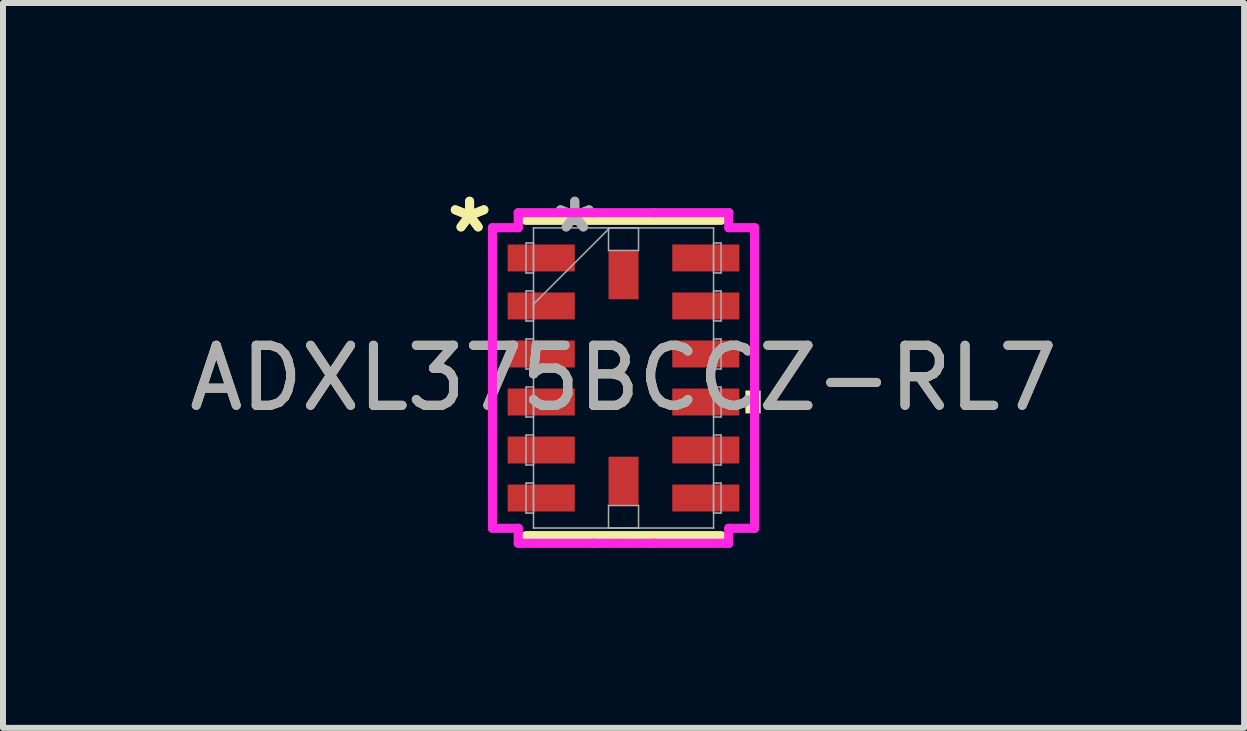
<source format=kicad_pcb>
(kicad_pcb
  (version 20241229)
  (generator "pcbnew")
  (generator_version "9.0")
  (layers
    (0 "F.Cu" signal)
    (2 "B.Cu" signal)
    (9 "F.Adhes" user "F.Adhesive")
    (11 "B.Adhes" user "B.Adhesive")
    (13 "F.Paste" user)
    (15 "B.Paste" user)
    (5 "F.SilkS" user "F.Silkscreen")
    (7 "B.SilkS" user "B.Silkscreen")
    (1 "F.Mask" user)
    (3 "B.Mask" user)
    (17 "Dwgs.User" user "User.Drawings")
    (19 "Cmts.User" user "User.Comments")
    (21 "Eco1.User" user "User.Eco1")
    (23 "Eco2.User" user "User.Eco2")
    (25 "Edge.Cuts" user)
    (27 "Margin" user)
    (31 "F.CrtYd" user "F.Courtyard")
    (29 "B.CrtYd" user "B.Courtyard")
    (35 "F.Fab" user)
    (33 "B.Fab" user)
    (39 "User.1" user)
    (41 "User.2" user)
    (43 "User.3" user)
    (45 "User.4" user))
  (footprint "ADXL375BCCZ-RL7"
    (layer "F.Cu")
    (at 7.339 3.248)
    (property "Reference" "ADXL375BCCZ-RL7" (at 0 0 0) (unlocked yes) (layer "F.SilkS") (effects (font (size 1 1) (thickness 0.15))))
    (attr smd)
    (fp_line (start -1.627 2.627) (end 1.627 2.627) (stroke (width 0.152) (type solid)) (layer "F.SilkS"))
    (fp_line (start 1.627 -2.627) (end -1.627 -2.627) (stroke (width 0.152) (type solid)) (layer "F.SilkS"))
    (fp_poly (pts (xy 2.285 0.209) (xy 2.285 0.59) (xy 2.031 0.59) (xy 2.031 0.209)) (stroke (width 0) (type solid)) (fill yes) (layer "F.SilkS"))
    (fp_line (start -2.184 -2.504) (end -1.754 -2.504) (stroke (width 0.152) (type solid)) (layer "F.CrtYd"))
    (fp_line (start -2.184 2.504) (end -2.184 -2.504) (stroke (width 0.152) (type solid)) (layer "F.CrtYd"))
    (fp_line (start -1.754 -2.754) (end -0.504 -2.754) (stroke (width 0.152) (type solid)) (layer "F.CrtYd"))
    (fp_line (start -1.754 -2.504) (end -1.754 -2.754) (stroke (width 0.152) (type solid)) (layer "F.CrtYd"))
    (fp_line (start -1.754 2.504) (end -2.184 2.504) (stroke (width 0.152) (type solid)) (layer "F.CrtYd"))
    (fp_line (start -1.754 2.754) (end -1.754 2.504) (stroke (width 0.152) (type solid)) (layer "F.CrtYd"))
    (fp_line (start -0.504 -2.754) (end -0.504 -2.754) (stroke (width 0.152) (type solid)) (layer "F.CrtYd"))
    (fp_line (start -0.504 -2.754) (end 0.504 -2.754) (stroke (width 0.152) (type solid)) (layer "F.CrtYd"))
    (fp_line (start -0.504 2.754) (end -1.754 2.754) (stroke (width 0.152) (type solid)) (layer "F.CrtYd"))
    (fp_line (start -0.504 2.754) (end -0.504 2.754) (stroke (width 0.152) (type solid)) (layer "F.CrtYd"))
    (fp_line (start 0.504 -2.754) (end 0.504 -2.754) (stroke (width 0.152) (type solid)) (layer "F.CrtYd"))
    (fp_line (start 0.504 -2.754) (end 1.754 -2.754) (stroke (width 0.152) (type solid)) (layer "F.CrtYd"))
    (fp_line (start 0.504 2.754) (end -0.504 2.754) (stroke (width 0.152) (type solid)) (layer "F.CrtYd"))
    (fp_line (start 0.504 2.754) (end 0.504 2.754) (stroke (width 0.152) (type solid)) (layer "F.CrtYd"))
    (fp_line (start 1.754 -2.754) (end 1.754 -2.504) (stroke (width 0.152) (type solid)) (layer "F.CrtYd"))
    (fp_line (start 1.754 -2.504) (end 2.184 -2.504) (stroke (width 0.152) (type solid)) (layer "F.CrtYd"))
    (fp_line (start 1.754 2.504) (end 1.754 2.754) (stroke (width 0.152) (type solid)) (layer "F.CrtYd"))
    (fp_line (start 1.754 2.754) (end 0.504 2.754) (stroke (width 0.152) (type solid)) (layer "F.CrtYd"))
    (fp_line (start 2.184 -2.504) (end 2.184 2.504) (stroke (width 0.152) (type solid)) (layer "F.CrtYd"))
    (fp_line (start 2.184 2.504) (end 1.754 2.504) (stroke (width 0.152) (type solid)) (layer "F.CrtYd"))
    (fp_line (start -1.625 -2.25) (end -1.625 -1.75) (stroke (width 0.025) (type solid)) (layer "F.Fab"))
    (fp_line (start -1.625 -1.75) (end -1.5 -1.75) (stroke (width 0.025) (type solid)) (layer "F.Fab"))
    (fp_line (start -1.625 -1.45) (end -1.625 -0.95) (stroke (width 0.025) (type solid)) (layer "F.Fab"))
    (fp_line (start -1.625 -0.95) (end -1.5 -0.95) (stroke (width 0.025) (type solid)) (layer "F.Fab"))
    (fp_line (start -1.625 -0.65) (end -1.625 -0.15) (stroke (width 0.025) (type solid)) (layer "F.Fab"))
    (fp_line (start -1.625 -0.15) (end -1.5 -0.15) (stroke (width 0.025) (type solid)) (layer "F.Fab"))
    (fp_line (start -1.625 0.15) (end -1.625 0.65) (stroke (width 0.025) (type solid)) (layer "F.Fab"))
    (fp_line (start -1.625 0.65) (end -1.5 0.65) (stroke (width 0.025) (type solid)) (layer "F.Fab"))
    (fp_line (start -1.625 0.95) (end -1.625 1.45) (stroke (width 0.025) (type solid)) (layer "F.Fab"))
    (fp_line (start -1.625 1.45) (end -1.5 1.45) (stroke (width 0.025) (type solid)) (layer "F.Fab"))
    (fp_line (start -1.625 1.75) (end -1.625 2.25) (stroke (width 0.025) (type solid)) (layer "F.Fab"))
    (fp_line (start -1.625 2.25) (end -1.5 2.25) (stroke (width 0.025) (type solid)) (layer "F.Fab"))
    (fp_line (start -1.5 -2.5) (end -1.5 -2.5) (stroke (width 0.025) (type solid)) (layer "F.Fab"))
    (fp_line (start -1.5 -2.5) (end -1.5 2.5) (stroke (width 0.025) (type solid)) (layer "F.Fab"))
    (fp_line (start -1.5 -2.25) (end -1.625 -2.25) (stroke (width 0.025) (type solid)) (layer "F.Fab"))
    (fp_line (start -1.5 -1.75) (end -1.5 -2.25) (stroke (width 0.025) (type solid)) (layer "F.Fab"))
    (fp_line (start -1.5 -1.45) (end -1.625 -1.45) (stroke (width 0.025) (type solid)) (layer "F.Fab"))
    (fp_line (start -1.5 -1.23) (end -0.23 -2.5) (stroke (width 0.025) (type solid)) (layer "F.Fab"))
    (fp_line (start -1.5 -0.95) (end -1.5 -1.45) (stroke (width 0.025) (type solid)) (layer "F.Fab"))
    (fp_line (start -1.5 -0.65) (end -1.625 -0.65) (stroke (width 0.025) (type solid)) (layer "F.Fab"))
    (fp_line (start -1.5 -0.15) (end -1.5 -0.65) (stroke (width 0.025) (type solid)) (layer "F.Fab"))
    (fp_line (start -1.5 0.15) (end -1.625 0.15) (stroke (width 0.025) (type solid)) (layer "F.Fab"))
    (fp_line (start -1.5 0.65) (end -1.5 0.15) (stroke (width 0.025) (type solid)) (layer "F.Fab"))
    (fp_line (start -1.5 0.95) (end -1.625 0.95) (stroke (width 0.025) (type solid)) (layer "F.Fab"))
    (fp_line (start -1.5 1.45) (end -1.5 0.95) (stroke (width 0.025) (type solid)) (layer "F.Fab"))
    (fp_line (start -1.5 1.75) (end -1.625 1.75) (stroke (width 0.025) (type solid)) (layer "F.Fab"))
    (fp_line (start -1.5 2.25) (end -1.5 1.75) (stroke (width 0.025) (type solid)) (layer "F.Fab"))
    (fp_line (start -1.5 2.5) (end -1.5 2.5) (stroke (width 0.025) (type solid)) (layer "F.Fab"))
    (fp_line (start -1.5 2.5) (end 1.5 2.5) (stroke (width 0.025) (type solid)) (layer "F.Fab"))
    (fp_line (start -0.25 -2.5) (end 0.25 -2.5) (stroke (width 0.025) (type solid)) (layer "F.Fab"))
    (fp_line (start -0.25 -2.125) (end -0.25 -2.5) (stroke (width 0.025) (type solid)) (layer "F.Fab"))
    (fp_line (start -0.25 2.125) (end 0.25 2.125) (stroke (width 0.025) (type solid)) (layer "F.Fab"))
    (fp_line (start -0.25 2.5) (end -0.25 2.125) (stroke (width 0.025) (type solid)) (layer "F.Fab"))
    (fp_line (start 0.25 -2.5) (end 0.25 -2.125) (stroke (width 0.025) (type solid)) (layer "F.Fab"))
    (fp_line (start 0.25 -2.125) (end -0.25 -2.125) (stroke (width 0.025) (type solid)) (layer "F.Fab"))
    (fp_line (start 0.25 2.125) (end 0.25 2.5) (stroke (width 0.025) (type solid)) (layer "F.Fab"))
    (fp_line (start 0.25 2.5) (end -0.25 2.5) (stroke (width 0.025) (type solid)) (layer "F.Fab"))
    (fp_line (start 1.5 -2.5) (end -1.5 -2.5) (stroke (width 0.025) (type solid)) (layer "F.Fab"))
    (fp_line (start 1.5 -2.5) (end 1.5 -2.5) (stroke (width 0.025) (type solid)) (layer "F.Fab"))
    (fp_line (start 1.5 -2.25) (end 1.5 -1.75) (stroke (width 0.025) (type solid)) (layer "F.Fab"))
    (fp_line (start 1.5 -1.75) (end 1.625 -1.75) (stroke (width 0.025) (type solid)) (layer "F.Fab"))
    (fp_line (start 1.5 -1.45) (end 1.5 -0.95) (stroke (width 0.025) (type solid)) (layer "F.Fab"))
    (fp_line (start 1.5 -0.95) (end 1.625 -0.95) (stroke (width 0.025) (type solid)) (layer "F.Fab"))
    (fp_line (start 1.5 -0.65) (end 1.5 -0.15) (stroke (width 0.025) (type solid)) (layer "F.Fab"))
    (fp_line (start 1.5 -0.15) (end 1.625 -0.15) (stroke (width 0.025) (type solid)) (layer "F.Fab"))
    (fp_line (start 1.5 0.15) (end 1.5 0.65) (stroke (width 0.025) (type solid)) (layer "F.Fab"))
    (fp_line (start 1.5 0.65) (end 1.625 0.65) (stroke (width 0.025) (type solid)) (layer "F.Fab"))
    (fp_line (start 1.5 0.95) (end 1.5 1.45) (stroke (width 0.025) (type solid)) (layer "F.Fab"))
    (fp_line (start 1.5 1.45) (end 1.625 1.45) (stroke (width 0.025) (type solid)) (layer "F.Fab"))
    (fp_line (start 1.5 1.75) (end 1.5 2.25) (stroke (width 0.025) (type solid)) (layer "F.Fab"))
    (fp_line (start 1.5 2.25) (end 1.625 2.25) (stroke (width 0.025) (type solid)) (layer "F.Fab"))
    (fp_line (start 1.5 2.5) (end 1.5 -2.5) (stroke (width 0.025) (type solid)) (layer "F.Fab"))
    (fp_line (start 1.5 2.5) (end 1.5 2.5) (stroke (width 0.025) (type solid)) (layer "F.Fab"))
    (fp_line (start 1.625 -2.25) (end 1.5 -2.25) (stroke (width 0.025) (type solid)) (layer "F.Fab"))
    (fp_line (start 1.625 -1.75) (end 1.625 -2.25) (stroke (width 0.025) (type solid)) (layer "F.Fab"))
    (fp_line (start 1.625 -1.45) (end 1.5 -1.45) (stroke (width 0.025) (type solid)) (layer "F.Fab"))
    (fp_line (start 1.625 -0.95) (end 1.625 -1.45) (stroke (width 0.025) (type solid)) (layer "F.Fab"))
    (fp_line (start 1.625 -0.65) (end 1.5 -0.65) (stroke (width 0.025) (type solid)) (layer "F.Fab"))
    (fp_line (start 1.625 -0.15) (end 1.625 -0.65) (stroke (width 0.025) (type solid)) (layer "F.Fab"))
    (fp_line (start 1.625 0.15) (end 1.5 0.15) (stroke (width 0.025) (type solid)) (layer "F.Fab"))
    (fp_line (start 1.625 0.65) (end 1.625 0.15) (stroke (width 0.025) (type solid)) (layer "F.Fab"))
    (fp_line (start 1.625 0.95) (end 1.5 0.95) (stroke (width 0.025) (type solid)) (layer "F.Fab"))
    (fp_line (start 1.625 1.45) (end 1.625 0.95) (stroke (width 0.025) (type solid)) (layer "F.Fab"))
    (fp_line (start 1.625 1.75) (end 1.5 1.75) (stroke (width 0.025) (type solid)) (layer "F.Fab"))
    (fp_line (start 1.625 2.25) (end 1.625 1.75) (stroke (width 0.025) (type solid)) (layer "F.Fab"))
    (fp_text user "*" (at -2.565 -2.4 0) (unlocked yes) (layer "F.SilkS") (effects (font (size 1 1) (thickness 0.15))))
    (fp_text user "*" (at -2.565 -2.4 0) (layer "F.SilkS") (effects (font (size 1 1) (thickness 0.15))))
    (fp_text user "*" (at -0.812 -2.4 0) (unlocked yes) (layer "F.Fab") (effects (font (size 1 1) (thickness 0.15))))
    (fp_text user "*" (at -0.812 -2.4 0) (layer "F.Fab") (effects (font (size 1 1) (thickness 0.15))))
    (fp_text user "${REFERENCE}" (at 0 0 0) (unlocked yes) (layer "F.Fab") (effects (font (size 1 1) (thickness 0.15))))
    (pad "1" smd rect (at -1.371 -2 90) (size 0.449 1.118) (layers "F.Cu" "F.Mask" "F.Paste"))
    (pad "2" smd rect (at -1.371 -1.2 90) (size 0.449 1.118) (layers "F.Cu" "F.Mask" "F.Paste"))
    (pad "3" smd rect (at -1.371 -0.4 90) (size 0.449 1.118) (layers "F.Cu" "F.Mask" "F.Paste"))
    (pad "4" smd rect (at -1.371 0.4 90) (size 0.449 1.118) (layers "F.Cu" "F.Mask" "F.Paste"))
    (pad "5" smd rect (at -1.371 1.2 90) (size 0.449 1.118) (layers "F.Cu" "F.Mask" "F.Paste"))
    (pad "6" smd rect (at -1.371 2 90) (size 0.449 1.118) (layers "F.Cu" "F.Mask" "F.Paste"))
    (pad "7" smd rect (at 0 1.718) (size 0.5 0.813) (layers "F.Cu" "F.Mask" "F.Paste"))
    (pad "8" smd rect (at 1.371 2 90) (size 0.449 1.118) (layers "F.Cu" "F.Mask" "F.Paste"))
    (pad "9" smd rect (at 1.371 1.2 90) (size 0.449 1.118) (layers "F.Cu" "F.Mask" "F.Paste"))
    (pad "10" smd rect (at 1.371 0.4 90) (size 0.449 1.118) (layers "F.Cu" "F.Mask" "F.Paste"))
    (pad "11" smd rect (at 1.371 -0.4 90) (size 0.449 1.118) (layers "F.Cu" "F.Mask" "F.Paste"))
    (pad "12" smd rect (at 1.371 -1.2 90) (size 0.449 1.118) (layers "F.Cu" "F.Mask" "F.Paste"))
    (pad "13" smd rect (at 1.371 -2 90) (size 0.449 1.118) (layers "F.Cu" "F.Mask" "F.Paste"))
    (pad "14" smd rect (at 0 -1.718) (size 0.5 0.813) (layers "F.Cu" "F.Mask" "F.Paste")))
  (gr_rect
    (start -3 -3)
    (end 17.679 9.078)
    (stroke (width 0.1) (type default))
    (fill no)
    (layer "Edge.Cuts")))
</source>
